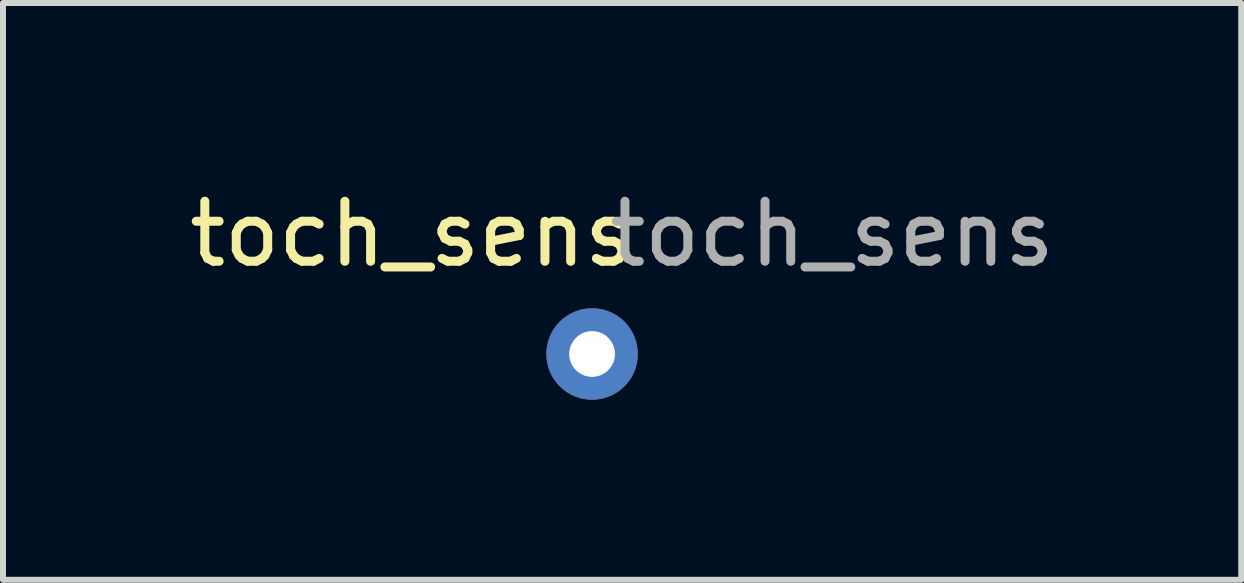
<source format=kicad_pcb>
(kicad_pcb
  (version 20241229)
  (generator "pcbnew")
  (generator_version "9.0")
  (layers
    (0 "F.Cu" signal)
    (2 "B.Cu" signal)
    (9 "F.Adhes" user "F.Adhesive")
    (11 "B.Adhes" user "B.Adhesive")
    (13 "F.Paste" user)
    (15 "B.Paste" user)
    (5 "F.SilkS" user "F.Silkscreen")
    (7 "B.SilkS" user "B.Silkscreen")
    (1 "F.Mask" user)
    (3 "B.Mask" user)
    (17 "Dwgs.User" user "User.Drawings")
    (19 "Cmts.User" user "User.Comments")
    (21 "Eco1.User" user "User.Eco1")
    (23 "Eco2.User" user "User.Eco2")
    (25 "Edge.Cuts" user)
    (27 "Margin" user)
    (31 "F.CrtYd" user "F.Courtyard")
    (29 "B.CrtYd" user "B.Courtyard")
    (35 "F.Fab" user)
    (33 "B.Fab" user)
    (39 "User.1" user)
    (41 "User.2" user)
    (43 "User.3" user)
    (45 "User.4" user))
  (footprint "toch_sens"
    (layer "F.Cu")
    (at 6.815 2.848)
    (property "Reference" "toch_sens" (at -3 -2 0) (unlocked yes) (layer "F.SilkS") (effects (font (size 1 1) (thickness 0.15))))
    (attr through_hole)
    (fp_text user "${REFERENCE}" (at 4 -2 0) (unlocked yes) (layer "F.Fab") (effects (font (size 1 1) (thickness 0.15))))
    (pad "1" thru_hole circle (at 0 0) (size 1.524 1.524) (drill 0.762) (layers "*.Cu" "*.Mask")))
  (gr_rect
    (start -3 -3)
    (end 17.631 6.61)
    (stroke (width 0.1) (type default))
    (fill no)
    (layer "Edge.Cuts")))
</source>
